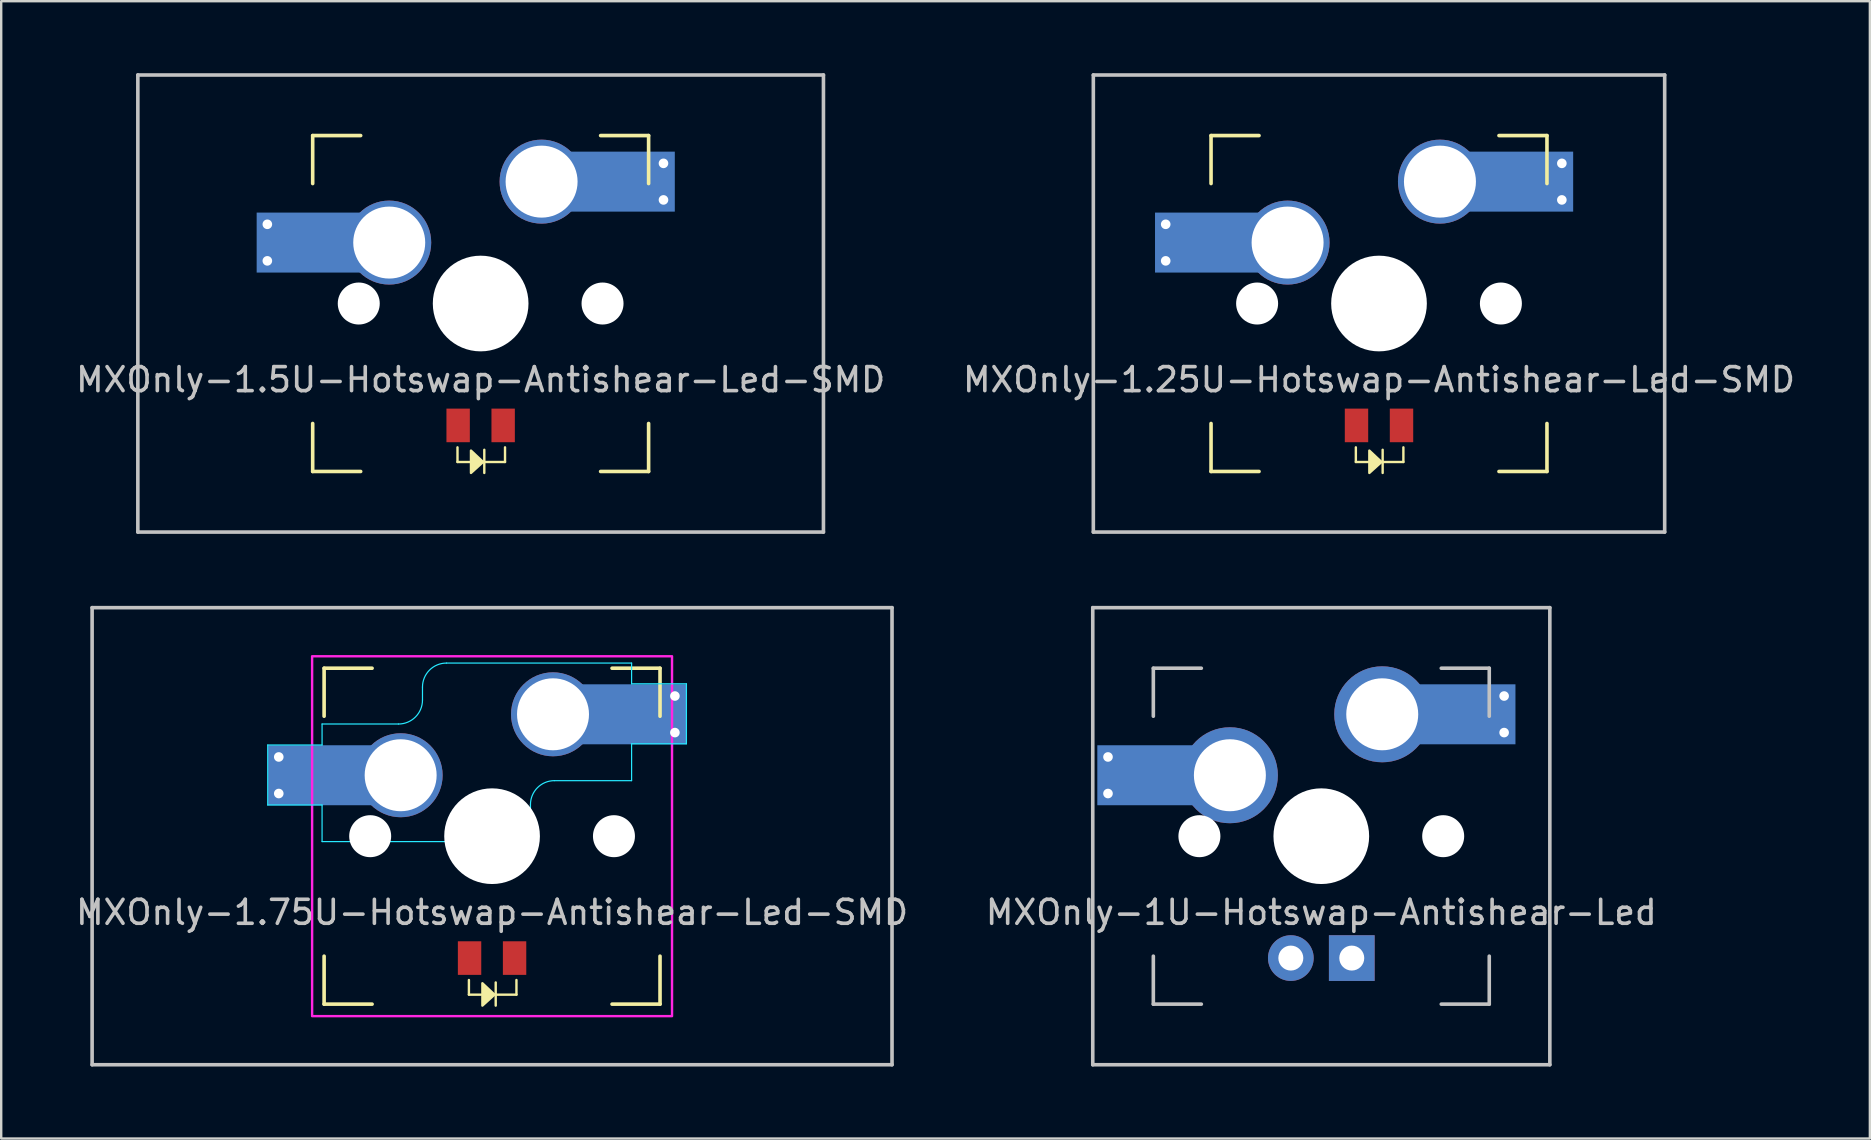
<source format=kicad_pcb>
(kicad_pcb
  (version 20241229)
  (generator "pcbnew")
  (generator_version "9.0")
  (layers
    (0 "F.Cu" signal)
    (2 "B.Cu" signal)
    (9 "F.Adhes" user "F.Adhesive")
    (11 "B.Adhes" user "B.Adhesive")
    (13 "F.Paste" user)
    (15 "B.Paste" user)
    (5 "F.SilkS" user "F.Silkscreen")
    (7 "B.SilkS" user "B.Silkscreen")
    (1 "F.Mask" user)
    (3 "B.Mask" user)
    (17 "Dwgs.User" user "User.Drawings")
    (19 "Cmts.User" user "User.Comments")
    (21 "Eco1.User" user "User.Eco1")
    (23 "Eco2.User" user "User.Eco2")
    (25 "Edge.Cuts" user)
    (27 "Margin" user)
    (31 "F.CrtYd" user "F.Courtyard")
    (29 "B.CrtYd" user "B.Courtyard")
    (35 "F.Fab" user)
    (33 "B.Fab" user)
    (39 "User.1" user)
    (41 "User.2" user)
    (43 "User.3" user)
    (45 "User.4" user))
  (footprint "MXOnly-1.75U-Hotswap-Antishear-Led-SMD"
    (layer "F.Cu")
    (at 17.458 31.8)
    (property "Reference" "MXOnly-1.75U-Hotswap-Antishear-Led-SMD" (at 0 3.175 0) (layer "Dwgs.User") (effects (font (size 1 1) (thickness 0.15))))
    (attr through_hole)
    (fp_line (start -7 -7) (end -7 -5) (stroke (width 0.15) (type solid)) (layer "F.SilkS"))
    (fp_line (start -7 5) (end -7 7) (stroke (width 0.15) (type solid)) (layer "F.SilkS"))
    (fp_line (start -7 7) (end -5 7) (stroke (width 0.15) (type solid)) (layer "F.SilkS"))
    (fp_line (start -5 -7) (end -7 -7) (stroke (width 0.15) (type solid)) (layer "F.SilkS"))
    (fp_line (start -0.965 6.604) (end -0.965 5.994) (stroke (width 0.1) (type default)) (layer "F.SilkS"))
    (fp_line (start -0.457 6.604) (end -0.965 6.604) (stroke (width 0.1) (type default)) (layer "F.SilkS"))
    (fp_line (start 0.102 6.604) (end 1.016 6.604) (stroke (width 0.1) (type default)) (layer "F.SilkS"))
    (fp_line (start 0.152 6.096) (end 0.152 7.061) (stroke (width 0.1) (type default)) (layer "F.SilkS"))
    (fp_line (start 1.016 6.604) (end 1.016 5.994) (stroke (width 0.1) (type default)) (layer "F.SilkS"))
    (fp_line (start 5 -7) (end 7 -7) (stroke (width 0.15) (type solid)) (layer "F.SilkS"))
    (fp_line (start 5 7) (end 7 7) (stroke (width 0.15) (type solid)) (layer "F.SilkS"))
    (fp_line (start 7 -7) (end 7 -5) (stroke (width 0.15) (type solid)) (layer "F.SilkS"))
    (fp_line (start 7 7) (end 7 5) (stroke (width 0.15) (type solid)) (layer "F.SilkS"))
    (fp_poly (pts (xy -0.403 7.061) (xy -0.403 6.129) (xy 0.102 6.604)) (stroke (width 0.1) (type solid)) (fill yes) (layer "F.SilkS"))
    (fp_line (start -16.669 -9.525) (end 16.669 -9.525) (stroke (width 0.15) (type solid)) (layer "Dwgs.User"))
    (fp_line (start -16.669 9.525) (end -16.669 -9.525) (stroke (width 0.15) (type solid)) (layer "Dwgs.User"))
    (fp_line (start -16.669 9.525) (end 16.669 9.525) (stroke (width 0.15) (type solid)) (layer "Dwgs.User"))
    (fp_line (start 16.669 -9.525) (end 16.669 9.525) (stroke (width 0.15) (type solid)) (layer "Dwgs.User"))
    (fp_rect (start -7.025 -7.025) (end 7.025 7.025) (stroke (width 0.1) (type solid)) (fill no) (layer "Eco1.User"))
    (fp_line (start -9.35 -3.8) (end -9.35 -1.3) (stroke (width 0.05) (type default)) (layer "B.CrtYd"))
    (fp_line (start -9.35 -1.3) (end -7.085 -1.3) (stroke (width 0.05) (type default)) (layer "B.CrtYd"))
    (fp_line (start -7.085 -4.675) (end -7.085 -3.8) (stroke (width 0.05) (type default)) (layer "B.CrtYd"))
    (fp_line (start -7.085 -4.675) (end -3.9 -4.675) (stroke (width 0.05) (type solid)) (layer "B.CrtYd"))
    (fp_line (start -7.085 -3.8) (end -9.35 -3.8) (stroke (width 0.05) (type default)) (layer "B.CrtYd"))
    (fp_line (start -7.085 -1.3) (end -7.085 0.225) (stroke (width 0.05) (type default)) (layer "B.CrtYd"))
    (fp_line (start -7.085 0.225) (end 0.6 0.225) (stroke (width 0.05) (type default)) (layer "B.CrtYd"))
    (fp_line (start -2.9 -6.215) (end -2.9 -5.675) (stroke (width 0.05) (type default)) (layer "B.CrtYd"))
    (fp_line (start 1.6 -0.775) (end 1.6 -1.315) (stroke (width 0.05) (type default)) (layer "B.CrtYd"))
    (fp_line (start 5.815 -7.215) (end -1.9 -7.215) (stroke (width 0.05) (type default)) (layer "B.CrtYd"))
    (fp_line (start 5.815 -6.35) (end 5.815 -7.215) (stroke (width 0.05) (type default)) (layer "B.CrtYd"))
    (fp_line (start 5.815 -6.35) (end 8.1 -6.35) (stroke (width 0.05) (type default)) (layer "B.CrtYd"))
    (fp_line (start 5.815 -3.85) (end 5.815 -2.315) (stroke (width 0.05) (type default)) (layer "B.CrtYd"))
    (fp_line (start 5.815 -2.315) (end 2.6 -2.315) (stroke (width 0.05) (type solid)) (layer "B.CrtYd"))
    (fp_line (start 8.1 -3.85) (end 5.815 -3.85) (stroke (width 0.05) (type default)) (layer "B.CrtYd"))
    (fp_line (start 8.1 -3.85) (end 8.1 -6.35) (stroke (width 0.05) (type default)) (layer "B.CrtYd"))
    (fp_arc (start -2.9 -6.215) (mid -2.607107 -6.922107) (end -1.9 -7.215) (stroke (width 0.05) (type default)) (layer "B.CrtYd"))
    (fp_arc (start -2.9 -5.675) (mid -3.192893 -4.967893) (end -3.9 -4.675) (stroke (width 0.05) (type default)) (layer "B.CrtYd"))
    (fp_arc (start 1.6 -1.315) (mid 1.892893 -2.022107) (end 2.6 -2.315) (stroke (width 0.05) (type default)) (layer "B.CrtYd"))
    (fp_arc (start 1.6 -0.775) (mid 1.307107 -0.067893) (end 0.6 0.225) (stroke (width 0.05) (type default)) (layer "B.CrtYd"))
    (fp_rect (start -7.5 -7.5) (end 7.5 7.5) (stroke (width 0.1) (type solid)) (fill no) (layer "F.CrtYd"))
    (pad "" smd rect (at -7.085 -2.54) (size 2.55 2.5) (layers "B.Mask" "B.Paste"))
    (pad "" np_thru_hole circle (at -5.08 0 48.1) (size 1.75 1.75) (drill 1.75) (layers "*.Cu" "*.Mask"))
    (pad "" np_thru_hole circle (at 0 0) (size 3.988 3.988) (drill 3.988) (layers "*.Cu" "*.Mask"))
    (pad "" np_thru_hole circle (at 5.08 0 48.1) (size 1.75 1.75) (drill 1.75) (layers "*.Cu" "*.Mask"))
    (pad "" smd rect (at 5.815 -5.08) (size 2.55 2.5) (layers "B.Mask" "B.Paste"))
    (pad "1" thru_hole circle (at -8.89 -3.302) (size 0.8 0.8) (drill 0.4) (layers "*.Cu"))
    (pad "1" thru_hole circle (at -8.89 -1.778) (size 0.8 0.8) (drill 0.4) (layers "*.Cu"))
    (pad "1" smd rect (at -7.085 -2.54) (size 4.5 2.5) (layers "B.Cu"))
    (pad "1" thru_hole circle (at -3.81 -2.54) (size 3.5 3.5) (drill 3) (layers "*.Cu"))
    (pad "2" thru_hole circle (at 2.54 -5.08) (size 3.5 3.5) (drill 3) (layers "*.Cu"))
    (pad "2" smd rect (at 5.842 -5.08) (size 4.5 2.5) (layers "B.Cu"))
    (pad "2" thru_hole circle (at 7.62 -5.842) (size 0.8 0.8) (drill 0.4) (layers "*.Cu"))
    (pad "2" thru_hole circle (at 7.62 -4.318) (size 0.8 0.8) (drill 0.4) (layers "*.Cu"))
    (pad "3" smd rect (at -0.938 5.08) (size 0.975 1.4) (layers "F.Cu" "F.Mask" "F.Paste"))
    (pad "4" smd rect (at 0.938 5.08) (size 0.975 1.4) (layers "F.Cu" "F.Mask" "F.Paste")))
  (footprint "MXOnly-1.5U-Hotswap-Antishear-Led-SMD"
    (layer "F.Cu")
    (at 16.982 9.6)
    (property "Reference" "MXOnly-1.5U-Hotswap-Antishear-Led-SMD" (at 0 3.175 0) (layer "Dwgs.User") (effects (font (size 1 1) (thickness 0.15))))
    (attr through_hole)
    (fp_line (start -7 -7) (end -7 -5) (stroke (width 0.15) (type solid)) (layer "F.SilkS"))
    (fp_line (start -7 5) (end -7 7) (stroke (width 0.15) (type solid)) (layer "F.SilkS"))
    (fp_line (start -7 7) (end -5 7) (stroke (width 0.15) (type solid)) (layer "F.SilkS"))
    (fp_line (start -5 -7) (end -7 -7) (stroke (width 0.15) (type solid)) (layer "F.SilkS"))
    (fp_line (start -0.965 6.604) (end -0.965 5.994) (stroke (width 0.1) (type default)) (layer "F.SilkS"))
    (fp_line (start -0.457 6.604) (end -0.965 6.604) (stroke (width 0.1) (type default)) (layer "F.SilkS"))
    (fp_line (start 0.102 6.604) (end 1.016 6.604) (stroke (width 0.1) (type default)) (layer "F.SilkS"))
    (fp_line (start 0.152 6.096) (end 0.152 7.061) (stroke (width 0.1) (type default)) (layer "F.SilkS"))
    (fp_line (start 1.016 6.604) (end 1.016 5.994) (stroke (width 0.1) (type default)) (layer "F.SilkS"))
    (fp_line (start 5 -7) (end 7 -7) (stroke (width 0.15) (type solid)) (layer "F.SilkS"))
    (fp_line (start 5 7) (end 7 7) (stroke (width 0.15) (type solid)) (layer "F.SilkS"))
    (fp_line (start 7 -7) (end 7 -5) (stroke (width 0.15) (type solid)) (layer "F.SilkS"))
    (fp_line (start 7 7) (end 7 5) (stroke (width 0.15) (type solid)) (layer "F.SilkS"))
    (fp_poly (pts (xy -0.403 7.061) (xy -0.403 6.129) (xy 0.102 6.604)) (stroke (width 0.1) (type solid)) (fill yes) (layer "F.SilkS"))
    (fp_line (start -14.287 -9.525) (end 14.287 -9.525) (stroke (width 0.15) (type solid)) (layer "Dwgs.User"))
    (fp_line (start -14.287 9.525) (end -14.287 -9.525) (stroke (width 0.15) (type solid)) (layer "Dwgs.User"))
    (fp_line (start -14.287 9.525) (end 14.287 9.525) (stroke (width 0.15) (type solid)) (layer "Dwgs.User"))
    (fp_line (start 14.287 -9.525) (end 14.287 9.525) (stroke (width 0.15) (type solid)) (layer "Dwgs.User"))
    (pad "" smd rect (at -7.085 -2.54) (size 2.55 2.5) (layers "B.Mask" "B.Paste"))
    (pad "" np_thru_hole circle (at -5.08 0 48.1) (size 1.75 1.75) (drill 1.75) (layers "*.Cu" "*.Mask"))
    (pad "" np_thru_hole circle (at 0 0) (size 3.988 3.988) (drill 3.988) (layers "*.Cu" "*.Mask"))
    (pad "" np_thru_hole circle (at 5.08 0 48.1) (size 1.75 1.75) (drill 1.75) (layers "*.Cu" "*.Mask"))
    (pad "" smd rect (at 5.815 -5.08) (size 2.55 2.5) (layers "B.Mask" "B.Paste"))
    (pad "1" thru_hole circle (at -8.89 -3.302) (size 0.8 0.8) (drill 0.4) (layers "*.Cu"))
    (pad "1" thru_hole circle (at -8.89 -1.778) (size 0.8 0.8) (drill 0.4) (layers "*.Cu"))
    (pad "1" smd rect (at -7.085 -2.54) (size 4.5 2.5) (layers "B.Cu"))
    (pad "1" thru_hole circle (at -3.81 -2.54) (size 3.5 3.5) (drill 3) (layers "*.Cu"))
    (pad "2" thru_hole circle (at 2.54 -5.08) (size 3.5 3.5) (drill 3) (layers "*.Cu"))
    (pad "2" smd rect (at 5.842 -5.08) (size 4.5 2.5) (layers "B.Cu"))
    (pad "2" thru_hole circle (at 7.62 -5.842) (size 0.8 0.8) (drill 0.4) (layers "*.Cu"))
    (pad "2" thru_hole circle (at 7.62 -4.318) (size 0.8 0.8) (drill 0.4) (layers "*.Cu"))
    (pad "3" smd rect (at -0.938 5.08) (size 0.975 1.4) (layers "F.Cu" "F.Mask" "F.Paste"))
    (pad "4" smd rect (at 0.938 5.08) (size 0.975 1.4) (layers "F.Cu" "F.Mask" "F.Paste")))
  (footprint "MXOnly-1U-Hotswap-Antishear-Led"
    (layer "F.Cu")
    (at 52.018 31.8)
    (property "Reference" "MXOnly-1U-Hotswap-Antishear-Led" (at 0 3.175 0) (layer "Dwgs.User") (effects (font (size 1 1) (thickness 0.15))))
    (attr through_hole)
    (fp_line (start -9.525 -9.525) (end 9.525 -9.525) (stroke (width 0.15) (type solid)) (layer "Dwgs.User"))
    (fp_line (start -9.525 9.525) (end -9.525 -9.525) (stroke (width 0.15) (type solid)) (layer "Dwgs.User"))
    (fp_line (start -7 -7) (end -7 -5) (stroke (width 0.15) (type solid)) (layer "Dwgs.User"))
    (fp_line (start -7 5) (end -7 7) (stroke (width 0.15) (type solid)) (layer "Dwgs.User"))
    (fp_line (start -7 7) (end -5 7) (stroke (width 0.15) (type solid)) (layer "Dwgs.User"))
    (fp_line (start -5 -7) (end -7 -7) (stroke (width 0.15) (type solid)) (layer "Dwgs.User"))
    (fp_line (start 5 -7) (end 7 -7) (stroke (width 0.15) (type solid)) (layer "Dwgs.User"))
    (fp_line (start 5 7) (end 7 7) (stroke (width 0.15) (type solid)) (layer "Dwgs.User"))
    (fp_line (start 7 -7) (end 7 -5) (stroke (width 0.15) (type solid)) (layer "Dwgs.User"))
    (fp_line (start 7 7) (end 7 5) (stroke (width 0.15) (type solid)) (layer "Dwgs.User"))
    (fp_line (start 9.525 -9.525) (end 9.525 9.525) (stroke (width 0.15) (type solid)) (layer "Dwgs.User"))
    (fp_line (start 9.525 9.525) (end -9.525 9.525) (stroke (width 0.15) (type solid)) (layer "Dwgs.User"))
    (pad "" smd rect (at -7.085 -2.54) (size 2.55 2.5) (layers "B.Mask" "B.Paste"))
    (pad "" np_thru_hole circle (at -5.08 0 48.1) (size 1.75 1.75) (drill 1.75) (layers "*.Cu" "*.Mask"))
    (pad "" np_thru_hole circle (at 0 0) (size 3.988 3.988) (drill 3.988) (layers "*.Cu" "*.Mask"))
    (pad "" np_thru_hole circle (at 5.08 0 48.1) (size 1.75 1.75) (drill 1.75) (layers "*.Cu" "*.Mask"))
    (pad "" smd rect (at 5.815 -5.08) (size 2.55 2.5) (layers "B.Mask" "B.Paste"))
    (pad "1" thru_hole circle (at -8.89 -3.302) (size 0.8 0.8) (drill 0.4) (layers "*.Cu"))
    (pad "1" thru_hole circle (at -8.89 -1.778) (size 0.8 0.8) (drill 0.4) (layers "*.Cu"))
    (pad "1" smd rect (at -7.085 -2.54) (size 4.5 2.5) (layers "B.Cu"))
    (pad "1" thru_hole circle (at -3.81 -2.54) (size 4 4) (drill 3) (layers "*.Cu"))
    (pad "2" thru_hole circle (at 2.54 -5.08) (size 4 4) (drill 3) (layers "*.Cu"))
    (pad "2" smd rect (at 5.842 -5.08) (size 4.5 2.5) (layers "B.Cu"))
    (pad "2" thru_hole circle (at 7.62 -5.842) (size 0.8 0.8) (drill 0.4) (layers "*.Cu"))
    (pad "2" thru_hole circle (at 7.62 -4.318) (size 0.8 0.8) (drill 0.4) (layers "*.Cu"))
    (pad "3" thru_hole circle (at -1.27 5.08) (size 1.905 1.905) (drill 1.04) (layers "*.Cu" "B.Mask"))
    (pad "4" thru_hole rect (at 1.27 5.08) (size 1.905 1.905) (drill 1.04) (layers "*.Cu" "B.Mask")))
  (footprint "MXOnly-1.25U-Hotswap-Antishear-Led-SMD"
    (layer "F.Cu")
    (at 54.423 9.6)
    (property "Reference" "MXOnly-1.25U-Hotswap-Antishear-Led-SMD" (at 0 3.175 0) (layer "Dwgs.User") (effects (font (size 1 1) (thickness 0.15))))
    (attr through_hole)
    (fp_line (start -7 -7) (end -7 -5) (stroke (width 0.15) (type solid)) (layer "F.SilkS"))
    (fp_line (start -7 5) (end -7 7) (stroke (width 0.15) (type solid)) (layer "F.SilkS"))
    (fp_line (start -7 7) (end -5 7) (stroke (width 0.15) (type solid)) (layer "F.SilkS"))
    (fp_line (start -5 -7) (end -7 -7) (stroke (width 0.15) (type solid)) (layer "F.SilkS"))
    (fp_line (start -0.965 6.604) (end -0.965 5.994) (stroke (width 0.1) (type default)) (layer "F.SilkS"))
    (fp_line (start -0.457 6.604) (end -0.965 6.604) (stroke (width 0.1) (type default)) (layer "F.SilkS"))
    (fp_line (start 0.102 6.604) (end 1.016 6.604) (stroke (width 0.1) (type default)) (layer "F.SilkS"))
    (fp_line (start 0.152 6.096) (end 0.152 7.061) (stroke (width 0.1) (type default)) (layer "F.SilkS"))
    (fp_line (start 1.016 6.604) (end 1.016 5.994) (stroke (width 0.1) (type default)) (layer "F.SilkS"))
    (fp_line (start 5 -7) (end 7 -7) (stroke (width 0.15) (type solid)) (layer "F.SilkS"))
    (fp_line (start 5 7) (end 7 7) (stroke (width 0.15) (type solid)) (layer "F.SilkS"))
    (fp_line (start 7 -7) (end 7 -5) (stroke (width 0.15) (type solid)) (layer "F.SilkS"))
    (fp_line (start 7 7) (end 7 5) (stroke (width 0.15) (type solid)) (layer "F.SilkS"))
    (fp_poly (pts (xy -0.403 7.061) (xy -0.403 6.129) (xy 0.102 6.604)) (stroke (width 0.1) (type solid)) (fill yes) (layer "F.SilkS"))
    (fp_line (start -11.906 -9.525) (end 11.906 -9.525) (stroke (width 0.15) (type solid)) (layer "Dwgs.User"))
    (fp_line (start -11.906 9.525) (end -11.906 -9.525) (stroke (width 0.15) (type solid)) (layer "Dwgs.User"))
    (fp_line (start -11.906 9.525) (end 11.906 9.525) (stroke (width 0.15) (type solid)) (layer "Dwgs.User"))
    (fp_line (start 11.906 -9.525) (end 11.906 9.525) (stroke (width 0.15) (type solid)) (layer "Dwgs.User"))
    (pad "" smd rect (at -7.085 -2.54) (size 2.55 2.5) (layers "B.Mask" "B.Paste"))
    (pad "" np_thru_hole circle (at -5.08 0 48.1) (size 1.75 1.75) (drill 1.75) (layers "*.Cu" "*.Mask"))
    (pad "" np_thru_hole circle (at 0 0) (size 3.988 3.988) (drill 3.988) (layers "*.Cu" "*.Mask"))
    (pad "" np_thru_hole circle (at 5.08 0 48.1) (size 1.75 1.75) (drill 1.75) (layers "*.Cu" "*.Mask"))
    (pad "" smd rect (at 5.815 -5.08) (size 2.55 2.5) (layers "B.Mask" "B.Paste"))
    (pad "1" thru_hole circle (at -8.89 -3.302) (size 0.8 0.8) (drill 0.4) (layers "*.Cu"))
    (pad "1" thru_hole circle (at -8.89 -1.778) (size 0.8 0.8) (drill 0.4) (layers "*.Cu"))
    (pad "1" smd rect (at -7.085 -2.54) (size 4.5 2.5) (layers "B.Cu"))
    (pad "1" thru_hole circle (at -3.81 -2.54) (size 3.5 3.5) (drill 3) (layers "*.Cu"))
    (pad "2" thru_hole circle (at 2.54 -5.08) (size 3.5 3.5) (drill 3) (layers "*.Cu"))
    (pad "2" smd rect (at 5.842 -5.08) (size 4.5 2.5) (layers "B.Cu"))
    (pad "2" thru_hole circle (at 7.62 -5.842) (size 0.8 0.8) (drill 0.4) (layers "*.Cu"))
    (pad "2" thru_hole circle (at 7.62 -4.318) (size 0.8 0.8) (drill 0.4) (layers "*.Cu"))
    (pad "3" smd rect (at -0.938 5.08) (size 0.975 1.4) (layers "F.Cu" "F.Mask" "F.Paste"))
    (pad "4" smd rect (at 0.938 5.08) (size 0.975 1.4) (layers "F.Cu" "F.Mask" "F.Paste")))
  (gr_rect
    (start -3 -3)
    (end 74.881 44.4)
    (stroke (width 0.1) (type default))
    (fill no)
    (layer "Edge.Cuts")))
</source>
